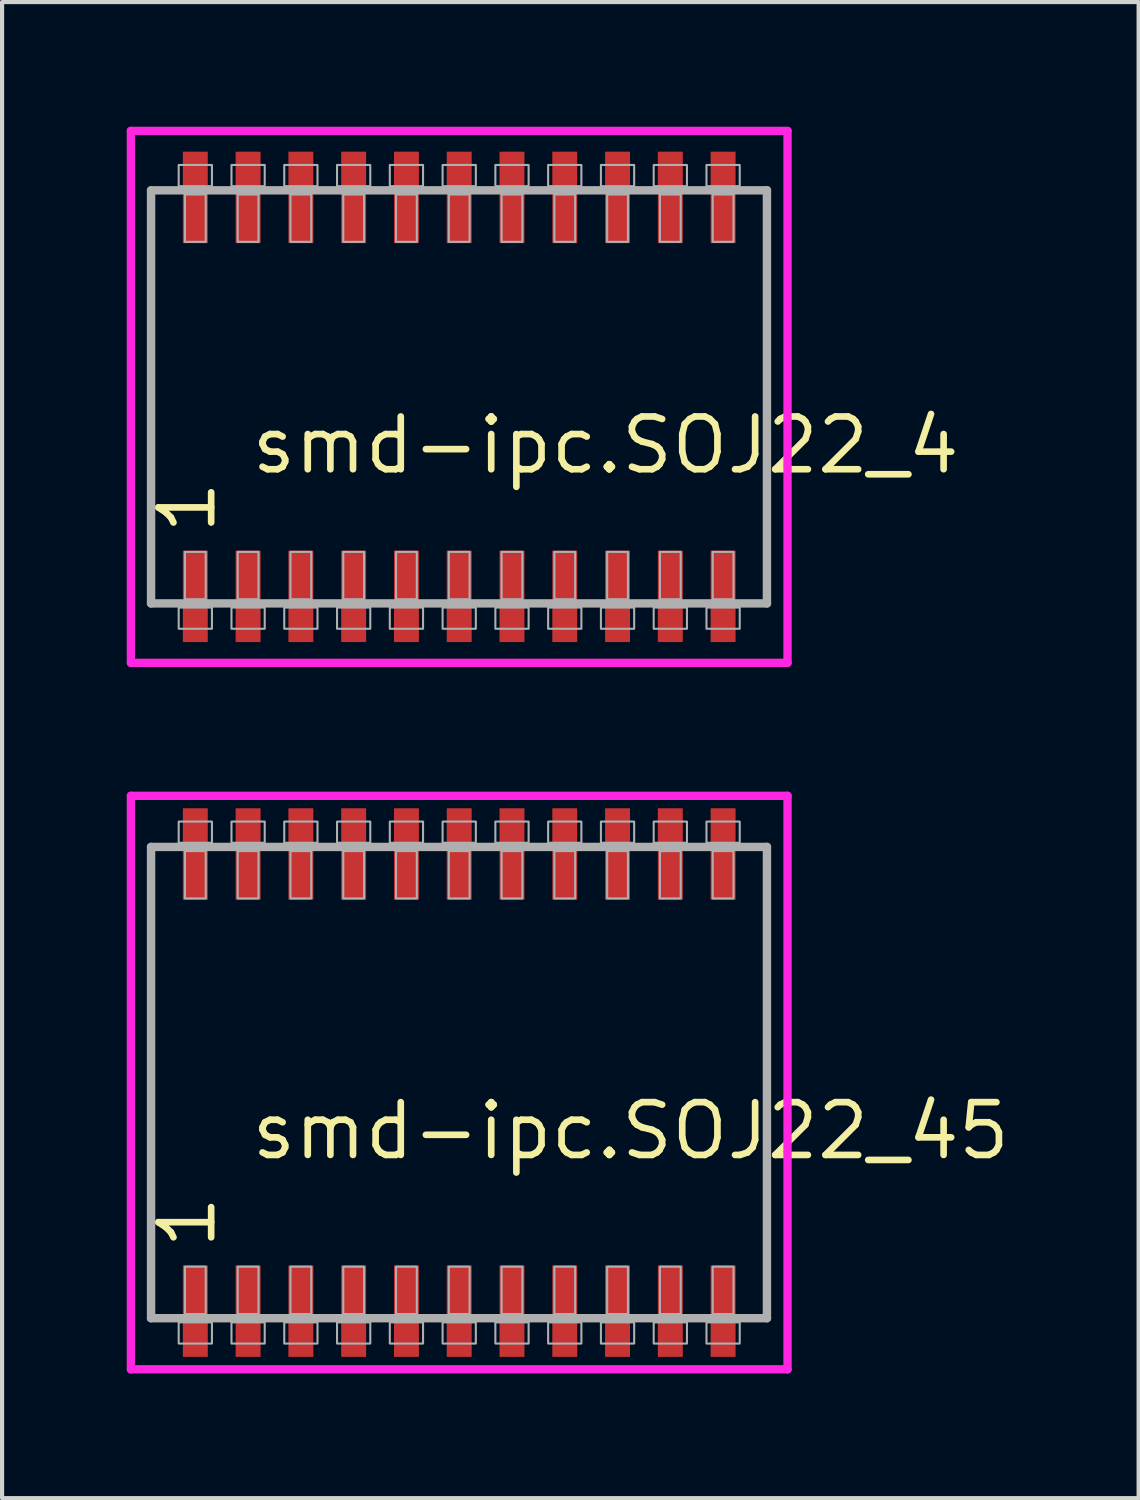
<source format=kicad_pcb>
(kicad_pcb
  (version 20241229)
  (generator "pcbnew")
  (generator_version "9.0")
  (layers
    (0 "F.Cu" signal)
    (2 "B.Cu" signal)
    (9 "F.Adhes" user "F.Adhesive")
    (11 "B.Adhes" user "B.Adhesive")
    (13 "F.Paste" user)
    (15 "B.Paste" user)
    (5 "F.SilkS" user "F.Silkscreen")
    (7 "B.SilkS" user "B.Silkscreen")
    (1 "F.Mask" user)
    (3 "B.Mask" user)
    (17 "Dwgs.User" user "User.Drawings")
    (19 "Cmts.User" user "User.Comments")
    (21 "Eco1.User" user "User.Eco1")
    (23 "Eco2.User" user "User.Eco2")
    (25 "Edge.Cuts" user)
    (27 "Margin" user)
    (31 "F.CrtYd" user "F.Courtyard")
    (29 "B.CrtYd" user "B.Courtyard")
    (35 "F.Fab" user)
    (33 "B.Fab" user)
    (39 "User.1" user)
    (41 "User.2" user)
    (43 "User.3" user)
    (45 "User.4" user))
  (footprint "smd-ipc.SOJ22_45"
    (layer "F.Cu")
    (at 8 23)
    (property "Reference" "smd-ipc.SOJ22_45" (at -5.08 1.905 0) (layer "F.SilkS") (effects (font (size 1.27 1.27) (thickness 0.16)) (justify left bottom)))
    (attr smd)
    (fp_line (start -7.9 -6.9) (end 7.9 -6.9) (stroke (width 0.2) (type default)) (layer "F.CrtYd"))
    (fp_line (start -7.9 6.9) (end -7.9 -6.9) (stroke (width 0.2) (type default)) (layer "F.CrtYd"))
    (fp_line (start 7.9 -6.9) (end 7.9 6.9) (stroke (width 0.2) (type default)) (layer "F.CrtYd"))
    (fp_line (start 7.9 6.9) (end -7.9 6.9) (stroke (width 0.2) (type default)) (layer "F.CrtYd"))
    (fp_line (start -7.415 -5.67) (end 7.405 -5.67) (stroke (width 0.203) (type default)) (layer "F.Fab"))
    (fp_line (start -7.415 5.67) (end -7.415 -5.67) (stroke (width 0.203) (type default)) (layer "F.Fab"))
    (fp_line (start 7.405 -5.67) (end 7.405 5.67) (stroke (width 0.203) (type default)) (layer "F.Fab"))
    (fp_line (start 7.405 5.67) (end -7.415 5.67) (stroke (width 0.203) (type default)) (layer "F.Fab"))
    (fp_rect (start -6.75 -5.77) (end -5.95 -6.28) (stroke (width 0.05) (type default)) (fill no) (layer "F.Fab"))
    (fp_rect (start -6.75 6.28) (end -5.95 5.77) (stroke (width 0.05) (type default)) (fill no) (layer "F.Fab"))
    (fp_rect (start -6.6 -4.43) (end -6.1 -5.57) (stroke (width 0.05) (type default)) (fill no) (layer "F.Fab"))
    (fp_rect (start -6.6 5.57) (end -6.1 4.43) (stroke (width 0.05) (type default)) (fill no) (layer "F.Fab"))
    (fp_rect (start -5.48 -5.77) (end -4.68 -6.28) (stroke (width 0.05) (type default)) (fill no) (layer "F.Fab"))
    (fp_rect (start -5.48 6.28) (end -4.68 5.77) (stroke (width 0.05) (type default)) (fill no) (layer "F.Fab"))
    (fp_rect (start -5.33 -4.43) (end -4.83 -5.57) (stroke (width 0.05) (type default)) (fill no) (layer "F.Fab"))
    (fp_rect (start -5.33 5.57) (end -4.83 4.43) (stroke (width 0.05) (type default)) (fill no) (layer "F.Fab"))
    (fp_rect (start -4.21 -5.77) (end -3.41 -6.28) (stroke (width 0.05) (type default)) (fill no) (layer "F.Fab"))
    (fp_rect (start -4.21 6.28) (end -3.41 5.77) (stroke (width 0.05) (type default)) (fill no) (layer "F.Fab"))
    (fp_rect (start -4.06 -4.43) (end -3.56 -5.57) (stroke (width 0.05) (type default)) (fill no) (layer "F.Fab"))
    (fp_rect (start -4.06 5.57) (end -3.56 4.43) (stroke (width 0.05) (type default)) (fill no) (layer "F.Fab"))
    (fp_rect (start -2.94 -5.77) (end -2.14 -6.28) (stroke (width 0.05) (type default)) (fill no) (layer "F.Fab"))
    (fp_rect (start -2.94 6.28) (end -2.14 5.77) (stroke (width 0.05) (type default)) (fill no) (layer "F.Fab"))
    (fp_rect (start -2.79 -4.43) (end -2.29 -5.57) (stroke (width 0.05) (type default)) (fill no) (layer "F.Fab"))
    (fp_rect (start -2.79 5.57) (end -2.29 4.43) (stroke (width 0.05) (type default)) (fill no) (layer "F.Fab"))
    (fp_rect (start -1.67 -5.77) (end -0.87 -6.28) (stroke (width 0.05) (type default)) (fill no) (layer "F.Fab"))
    (fp_rect (start -1.67 6.28) (end -0.87 5.77) (stroke (width 0.05) (type default)) (fill no) (layer "F.Fab"))
    (fp_rect (start -1.52 -4.43) (end -1.02 -5.57) (stroke (width 0.05) (type default)) (fill no) (layer "F.Fab"))
    (fp_rect (start -1.52 5.57) (end -1.02 4.43) (stroke (width 0.05) (type default)) (fill no) (layer "F.Fab"))
    (fp_rect (start -0.4 -5.77) (end 0.4 -6.28) (stroke (width 0.05) (type default)) (fill no) (layer "F.Fab"))
    (fp_rect (start -0.4 6.28) (end 0.4 5.77) (stroke (width 0.05) (type default)) (fill no) (layer "F.Fab"))
    (fp_rect (start -0.25 -4.43) (end 0.25 -5.57) (stroke (width 0.05) (type default)) (fill no) (layer "F.Fab"))
    (fp_rect (start -0.25 5.57) (end 0.25 4.43) (stroke (width 0.05) (type default)) (fill no) (layer "F.Fab"))
    (fp_rect (start 0.87 -5.77) (end 1.67 -6.28) (stroke (width 0.05) (type default)) (fill no) (layer "F.Fab"))
    (fp_rect (start 0.87 6.28) (end 1.67 5.77) (stroke (width 0.05) (type default)) (fill no) (layer "F.Fab"))
    (fp_rect (start 1.02 -4.43) (end 1.52 -5.57) (stroke (width 0.05) (type default)) (fill no) (layer "F.Fab"))
    (fp_rect (start 1.02 5.57) (end 1.52 4.43) (stroke (width 0.05) (type default)) (fill no) (layer "F.Fab"))
    (fp_rect (start 2.14 -5.77) (end 2.94 -6.28) (stroke (width 0.05) (type default)) (fill no) (layer "F.Fab"))
    (fp_rect (start 2.14 6.28) (end 2.94 5.77) (stroke (width 0.05) (type default)) (fill no) (layer "F.Fab"))
    (fp_rect (start 2.29 -4.43) (end 2.79 -5.57) (stroke (width 0.05) (type default)) (fill no) (layer "F.Fab"))
    (fp_rect (start 2.29 5.57) (end 2.79 4.43) (stroke (width 0.05) (type default)) (fill no) (layer "F.Fab"))
    (fp_rect (start 3.41 -5.77) (end 4.21 -6.28) (stroke (width 0.05) (type default)) (fill no) (layer "F.Fab"))
    (fp_rect (start 3.41 6.28) (end 4.21 5.77) (stroke (width 0.05) (type default)) (fill no) (layer "F.Fab"))
    (fp_rect (start 3.56 -4.43) (end 4.06 -5.57) (stroke (width 0.05) (type default)) (fill no) (layer "F.Fab"))
    (fp_rect (start 3.56 5.57) (end 4.06 4.43) (stroke (width 0.05) (type default)) (fill no) (layer "F.Fab"))
    (fp_rect (start 4.68 -5.77) (end 5.48 -6.28) (stroke (width 0.05) (type default)) (fill no) (layer "F.Fab"))
    (fp_rect (start 4.68 6.28) (end 5.48 5.77) (stroke (width 0.05) (type default)) (fill no) (layer "F.Fab"))
    (fp_rect (start 4.83 -4.43) (end 5.33 -5.57) (stroke (width 0.05) (type default)) (fill no) (layer "F.Fab"))
    (fp_rect (start 4.83 5.57) (end 5.33 4.43) (stroke (width 0.05) (type default)) (fill no) (layer "F.Fab"))
    (fp_rect (start 5.95 -5.77) (end 6.75 -6.28) (stroke (width 0.05) (type default)) (fill no) (layer "F.Fab"))
    (fp_rect (start 5.95 6.28) (end 6.75 5.77) (stroke (width 0.05) (type default)) (fill no) (layer "F.Fab"))
    (fp_rect (start 6.1 -4.43) (end 6.6 -5.57) (stroke (width 0.05) (type default)) (fill no) (layer "F.Fab"))
    (fp_rect (start 6.1 5.57) (end 6.6 4.43) (stroke (width 0.05) (type default)) (fill no) (layer "F.Fab"))
    (fp_text user "1" (at -5.805 4.07 90) (layer "F.SilkS") (effects (font (size 1.27 1.27) (thickness 0.16)) (justify left bottom)))
    (pad "1" smd roundrect (at -6.35 5.5) (size 0.6 2.2) (layers "F.Cu" "F.Mask" "F.Paste") (roundrect_rratio 0.01))
    (pad "2" smd roundrect (at -5.08 5.5) (size 0.6 2.2) (layers "F.Cu" "F.Mask" "F.Paste") (roundrect_rratio 0.01))
    (pad "3" smd roundrect (at -3.81 5.5) (size 0.6 2.2) (layers "F.Cu" "F.Mask" "F.Paste") (roundrect_rratio 0.01))
    (pad "4" smd roundrect (at -2.54 5.5) (size 0.6 2.2) (layers "F.Cu" "F.Mask" "F.Paste") (roundrect_rratio 0.01))
    (pad "5" smd roundrect (at -1.27 5.5) (size 0.6 2.2) (layers "F.Cu" "F.Mask" "F.Paste") (roundrect_rratio 0.01))
    (pad "6" smd roundrect (at 0 5.5) (size 0.6 2.2) (layers "F.Cu" "F.Mask" "F.Paste") (roundrect_rratio 0.01))
    (pad "7" smd roundrect (at 1.27 5.5) (size 0.6 2.2) (layers "F.Cu" "F.Mask" "F.Paste") (roundrect_rratio 0.01))
    (pad "8" smd roundrect (at 2.54 5.5) (size 0.6 2.2) (layers "F.Cu" "F.Mask" "F.Paste") (roundrect_rratio 0.01))
    (pad "9" smd roundrect (at 3.81 5.5) (size 0.6 2.2) (layers "F.Cu" "F.Mask" "F.Paste") (roundrect_rratio 0.01))
    (pad "10" smd roundrect (at 5.08 5.5) (size 0.6 2.2) (layers "F.Cu" "F.Mask" "F.Paste") (roundrect_rratio 0.01))
    (pad "11" smd roundrect (at 6.35 5.5) (size 0.6 2.2) (layers "F.Cu" "F.Mask" "F.Paste") (roundrect_rratio 0.01))
    (pad "12" smd roundrect (at 6.35 -5.5) (size 0.6 2.2) (layers "F.Cu" "F.Mask" "F.Paste") (roundrect_rratio 0.01))
    (pad "13" smd roundrect (at 5.08 -5.5) (size 0.6 2.2) (layers "F.Cu" "F.Mask" "F.Paste") (roundrect_rratio 0.01))
    (pad "14" smd roundrect (at 3.81 -5.5) (size 0.6 2.2) (layers "F.Cu" "F.Mask" "F.Paste") (roundrect_rratio 0.01))
    (pad "15" smd roundrect (at 2.54 -5.5) (size 0.6 2.2) (layers "F.Cu" "F.Mask" "F.Paste") (roundrect_rratio 0.01))
    (pad "16" smd roundrect (at 1.27 -5.5) (size 0.6 2.2) (layers "F.Cu" "F.Mask" "F.Paste") (roundrect_rratio 0.01))
    (pad "17" smd roundrect (at 0 -5.5) (size 0.6 2.2) (layers "F.Cu" "F.Mask" "F.Paste") (roundrect_rratio 0.01))
    (pad "18" smd roundrect (at -1.27 -5.5) (size 0.6 2.2) (layers "F.Cu" "F.Mask" "F.Paste") (roundrect_rratio 0.01))
    (pad "19" smd roundrect (at -2.54 -5.5) (size 0.6 2.2) (layers "F.Cu" "F.Mask" "F.Paste") (roundrect_rratio 0.01))
    (pad "20" smd roundrect (at -3.81 -5.5) (size 0.6 2.2) (layers "F.Cu" "F.Mask" "F.Paste") (roundrect_rratio 0.01))
    (pad "21" smd roundrect (at -5.08 -5.5) (size 0.6 2.2) (layers "F.Cu" "F.Mask" "F.Paste") (roundrect_rratio 0.01))
    (pad "22" smd roundrect (at -6.35 -5.5) (size 0.6 2.2) (layers "F.Cu" "F.Mask" "F.Paste") (roundrect_rratio 0.01)))
  (footprint "smd-ipc.SOJ22_4"
    (layer "F.Cu")
    (at 8 6.5)
    (property "Reference" "smd-ipc.SOJ22_4" (at -5.08 1.905 0) (layer "F.SilkS") (effects (font (size 1.27 1.27) (thickness 0.16)) (justify left bottom)))
    (attr smd)
    (fp_line (start -7.9 -6.4) (end 7.9 -6.4) (stroke (width 0.2) (type default)) (layer "F.CrtYd"))
    (fp_line (start -7.9 6.4) (end -7.9 -6.4) (stroke (width 0.2) (type default)) (layer "F.CrtYd"))
    (fp_line (start 7.9 -6.4) (end 7.9 6.4) (stroke (width 0.2) (type default)) (layer "F.CrtYd"))
    (fp_line (start 7.9 6.4) (end -7.9 6.4) (stroke (width 0.2) (type default)) (layer "F.CrtYd"))
    (fp_line (start -7.415 -4.97) (end 7.405 -4.97) (stroke (width 0.203) (type default)) (layer "F.Fab"))
    (fp_line (start -7.415 4.97) (end -7.415 -4.97) (stroke (width 0.203) (type default)) (layer "F.Fab"))
    (fp_line (start 7.405 -4.97) (end 7.405 4.97) (stroke (width 0.203) (type default)) (layer "F.Fab"))
    (fp_line (start 7.405 4.97) (end -7.415 4.97) (stroke (width 0.203) (type default)) (layer "F.Fab"))
    (fp_rect (start -6.75 -5.07) (end -5.95 -5.58) (stroke (width 0.05) (type default)) (fill no) (layer "F.Fab"))
    (fp_rect (start -6.75 5.58) (end -5.95 5.07) (stroke (width 0.05) (type default)) (fill no) (layer "F.Fab"))
    (fp_rect (start -6.6 -3.73) (end -6.1 -4.87) (stroke (width 0.05) (type default)) (fill no) (layer "F.Fab"))
    (fp_rect (start -6.6 4.87) (end -6.1 3.73) (stroke (width 0.05) (type default)) (fill no) (layer "F.Fab"))
    (fp_rect (start -5.48 -5.07) (end -4.68 -5.58) (stroke (width 0.05) (type default)) (fill no) (layer "F.Fab"))
    (fp_rect (start -5.48 5.58) (end -4.68 5.07) (stroke (width 0.05) (type default)) (fill no) (layer "F.Fab"))
    (fp_rect (start -5.33 -3.73) (end -4.83 -4.87) (stroke (width 0.05) (type default)) (fill no) (layer "F.Fab"))
    (fp_rect (start -5.33 4.87) (end -4.83 3.73) (stroke (width 0.05) (type default)) (fill no) (layer "F.Fab"))
    (fp_rect (start -4.21 -5.07) (end -3.41 -5.58) (stroke (width 0.05) (type default)) (fill no) (layer "F.Fab"))
    (fp_rect (start -4.21 5.58) (end -3.41 5.07) (stroke (width 0.05) (type default)) (fill no) (layer "F.Fab"))
    (fp_rect (start -4.06 -3.73) (end -3.56 -4.87) (stroke (width 0.05) (type default)) (fill no) (layer "F.Fab"))
    (fp_rect (start -4.06 4.87) (end -3.56 3.73) (stroke (width 0.05) (type default)) (fill no) (layer "F.Fab"))
    (fp_rect (start -2.94 -5.07) (end -2.14 -5.58) (stroke (width 0.05) (type default)) (fill no) (layer "F.Fab"))
    (fp_rect (start -2.94 5.58) (end -2.14 5.07) (stroke (width 0.05) (type default)) (fill no) (layer "F.Fab"))
    (fp_rect (start -2.79 -3.73) (end -2.29 -4.87) (stroke (width 0.05) (type default)) (fill no) (layer "F.Fab"))
    (fp_rect (start -2.79 4.87) (end -2.29 3.73) (stroke (width 0.05) (type default)) (fill no) (layer "F.Fab"))
    (fp_rect (start -1.67 -5.07) (end -0.87 -5.58) (stroke (width 0.05) (type default)) (fill no) (layer "F.Fab"))
    (fp_rect (start -1.67 5.58) (end -0.87 5.07) (stroke (width 0.05) (type default)) (fill no) (layer "F.Fab"))
    (fp_rect (start -1.52 -3.73) (end -1.02 -4.87) (stroke (width 0.05) (type default)) (fill no) (layer "F.Fab"))
    (fp_rect (start -1.52 4.87) (end -1.02 3.73) (stroke (width 0.05) (type default)) (fill no) (layer "F.Fab"))
    (fp_rect (start -0.4 -5.07) (end 0.4 -5.58) (stroke (width 0.05) (type default)) (fill no) (layer "F.Fab"))
    (fp_rect (start -0.4 5.58) (end 0.4 5.07) (stroke (width 0.05) (type default)) (fill no) (layer "F.Fab"))
    (fp_rect (start -0.25 -3.73) (end 0.25 -4.87) (stroke (width 0.05) (type default)) (fill no) (layer "F.Fab"))
    (fp_rect (start -0.25 4.87) (end 0.25 3.73) (stroke (width 0.05) (type default)) (fill no) (layer "F.Fab"))
    (fp_rect (start 0.87 -5.07) (end 1.67 -5.58) (stroke (width 0.05) (type default)) (fill no) (layer "F.Fab"))
    (fp_rect (start 0.87 5.58) (end 1.67 5.07) (stroke (width 0.05) (type default)) (fill no) (layer "F.Fab"))
    (fp_rect (start 1.02 -3.73) (end 1.52 -4.87) (stroke (width 0.05) (type default)) (fill no) (layer "F.Fab"))
    (fp_rect (start 1.02 4.87) (end 1.52 3.73) (stroke (width 0.05) (type default)) (fill no) (layer "F.Fab"))
    (fp_rect (start 2.14 -5.07) (end 2.94 -5.58) (stroke (width 0.05) (type default)) (fill no) (layer "F.Fab"))
    (fp_rect (start 2.14 5.58) (end 2.94 5.07) (stroke (width 0.05) (type default)) (fill no) (layer "F.Fab"))
    (fp_rect (start 2.29 -3.73) (end 2.79 -4.87) (stroke (width 0.05) (type default)) (fill no) (layer "F.Fab"))
    (fp_rect (start 2.29 4.87) (end 2.79 3.73) (stroke (width 0.05) (type default)) (fill no) (layer "F.Fab"))
    (fp_rect (start 3.41 -5.07) (end 4.21 -5.58) (stroke (width 0.05) (type default)) (fill no) (layer "F.Fab"))
    (fp_rect (start 3.41 5.58) (end 4.21 5.07) (stroke (width 0.05) (type default)) (fill no) (layer "F.Fab"))
    (fp_rect (start 3.56 -3.73) (end 4.06 -4.87) (stroke (width 0.05) (type default)) (fill no) (layer "F.Fab"))
    (fp_rect (start 3.56 4.87) (end 4.06 3.73) (stroke (width 0.05) (type default)) (fill no) (layer "F.Fab"))
    (fp_rect (start 4.68 -5.07) (end 5.48 -5.58) (stroke (width 0.05) (type default)) (fill no) (layer "F.Fab"))
    (fp_rect (start 4.68 5.58) (end 5.48 5.07) (stroke (width 0.05) (type default)) (fill no) (layer "F.Fab"))
    (fp_rect (start 4.83 -3.73) (end 5.33 -4.87) (stroke (width 0.05) (type default)) (fill no) (layer "F.Fab"))
    (fp_rect (start 4.83 4.87) (end 5.33 3.73) (stroke (width 0.05) (type default)) (fill no) (layer "F.Fab"))
    (fp_rect (start 5.95 -5.07) (end 6.75 -5.58) (stroke (width 0.05) (type default)) (fill no) (layer "F.Fab"))
    (fp_rect (start 5.95 5.58) (end 6.75 5.07) (stroke (width 0.05) (type default)) (fill no) (layer "F.Fab"))
    (fp_rect (start 6.1 -3.73) (end 6.6 -4.87) (stroke (width 0.05) (type default)) (fill no) (layer "F.Fab"))
    (fp_rect (start 6.1 4.87) (end 6.6 3.73) (stroke (width 0.05) (type default)) (fill no) (layer "F.Fab"))
    (fp_text user "1" (at -5.805 3.37 90) (layer "F.SilkS") (effects (font (size 1.27 1.27) (thickness 0.16)) (justify left bottom)))
    (pad "1" smd roundrect (at -6.35 4.8) (size 0.6 2.2) (layers "F.Cu" "F.Mask" "F.Paste") (roundrect_rratio 0.01))
    (pad "2" smd roundrect (at -5.08 4.8) (size 0.6 2.2) (layers "F.Cu" "F.Mask" "F.Paste") (roundrect_rratio 0.01))
    (pad "3" smd roundrect (at -3.81 4.8) (size 0.6 2.2) (layers "F.Cu" "F.Mask" "F.Paste") (roundrect_rratio 0.01))
    (pad "4" smd roundrect (at -2.54 4.8) (size 0.6 2.2) (layers "F.Cu" "F.Mask" "F.Paste") (roundrect_rratio 0.01))
    (pad "5" smd roundrect (at -1.27 4.8) (size 0.6 2.2) (layers "F.Cu" "F.Mask" "F.Paste") (roundrect_rratio 0.01))
    (pad "6" smd roundrect (at 0 4.8) (size 0.6 2.2) (layers "F.Cu" "F.Mask" "F.Paste") (roundrect_rratio 0.01))
    (pad "7" smd roundrect (at 1.27 4.8) (size 0.6 2.2) (layers "F.Cu" "F.Mask" "F.Paste") (roundrect_rratio 0.01))
    (pad "8" smd roundrect (at 2.54 4.8) (size 0.6 2.2) (layers "F.Cu" "F.Mask" "F.Paste") (roundrect_rratio 0.01))
    (pad "9" smd roundrect (at 3.81 4.8) (size 0.6 2.2) (layers "F.Cu" "F.Mask" "F.Paste") (roundrect_rratio 0.01))
    (pad "10" smd roundrect (at 5.08 4.8) (size 0.6 2.2) (layers "F.Cu" "F.Mask" "F.Paste") (roundrect_rratio 0.01))
    (pad "11" smd roundrect (at 6.35 4.8) (size 0.6 2.2) (layers "F.Cu" "F.Mask" "F.Paste") (roundrect_rratio 0.01))
    (pad "12" smd roundrect (at 6.35 -4.8) (size 0.6 2.2) (layers "F.Cu" "F.Mask" "F.Paste") (roundrect_rratio 0.01))
    (pad "13" smd roundrect (at 5.08 -4.8) (size 0.6 2.2) (layers "F.Cu" "F.Mask" "F.Paste") (roundrect_rratio 0.01))
    (pad "14" smd roundrect (at 3.81 -4.8) (size 0.6 2.2) (layers "F.Cu" "F.Mask" "F.Paste") (roundrect_rratio 0.01))
    (pad "15" smd roundrect (at 2.54 -4.8) (size 0.6 2.2) (layers "F.Cu" "F.Mask" "F.Paste") (roundrect_rratio 0.01))
    (pad "16" smd roundrect (at 1.27 -4.8) (size 0.6 2.2) (layers "F.Cu" "F.Mask" "F.Paste") (roundrect_rratio 0.01))
    (pad "17" smd roundrect (at 0 -4.8) (size 0.6 2.2) (layers "F.Cu" "F.Mask" "F.Paste") (roundrect_rratio 0.01))
    (pad "18" smd roundrect (at -1.27 -4.8) (size 0.6 2.2) (layers "F.Cu" "F.Mask" "F.Paste") (roundrect_rratio 0.01))
    (pad "19" smd roundrect (at -2.54 -4.8) (size 0.6 2.2) (layers "F.Cu" "F.Mask" "F.Paste") (roundrect_rratio 0.01))
    (pad "20" smd roundrect (at -3.81 -4.8) (size 0.6 2.2) (layers "F.Cu" "F.Mask" "F.Paste") (roundrect_rratio 0.01))
    (pad "21" smd roundrect (at -5.08 -4.8) (size 0.6 2.2) (layers "F.Cu" "F.Mask" "F.Paste") (roundrect_rratio 0.01))
    (pad "22" smd roundrect (at -6.35 -4.8) (size 0.6 2.2) (layers "F.Cu" "F.Mask" "F.Paste") (roundrect_rratio 0.01)))
  (gr_rect
    (start -3 -3)
    (end 24.349 33)
    (stroke (width 0.1) (type default))
    (fill no)
    (layer "Edge.Cuts")))
</source>
